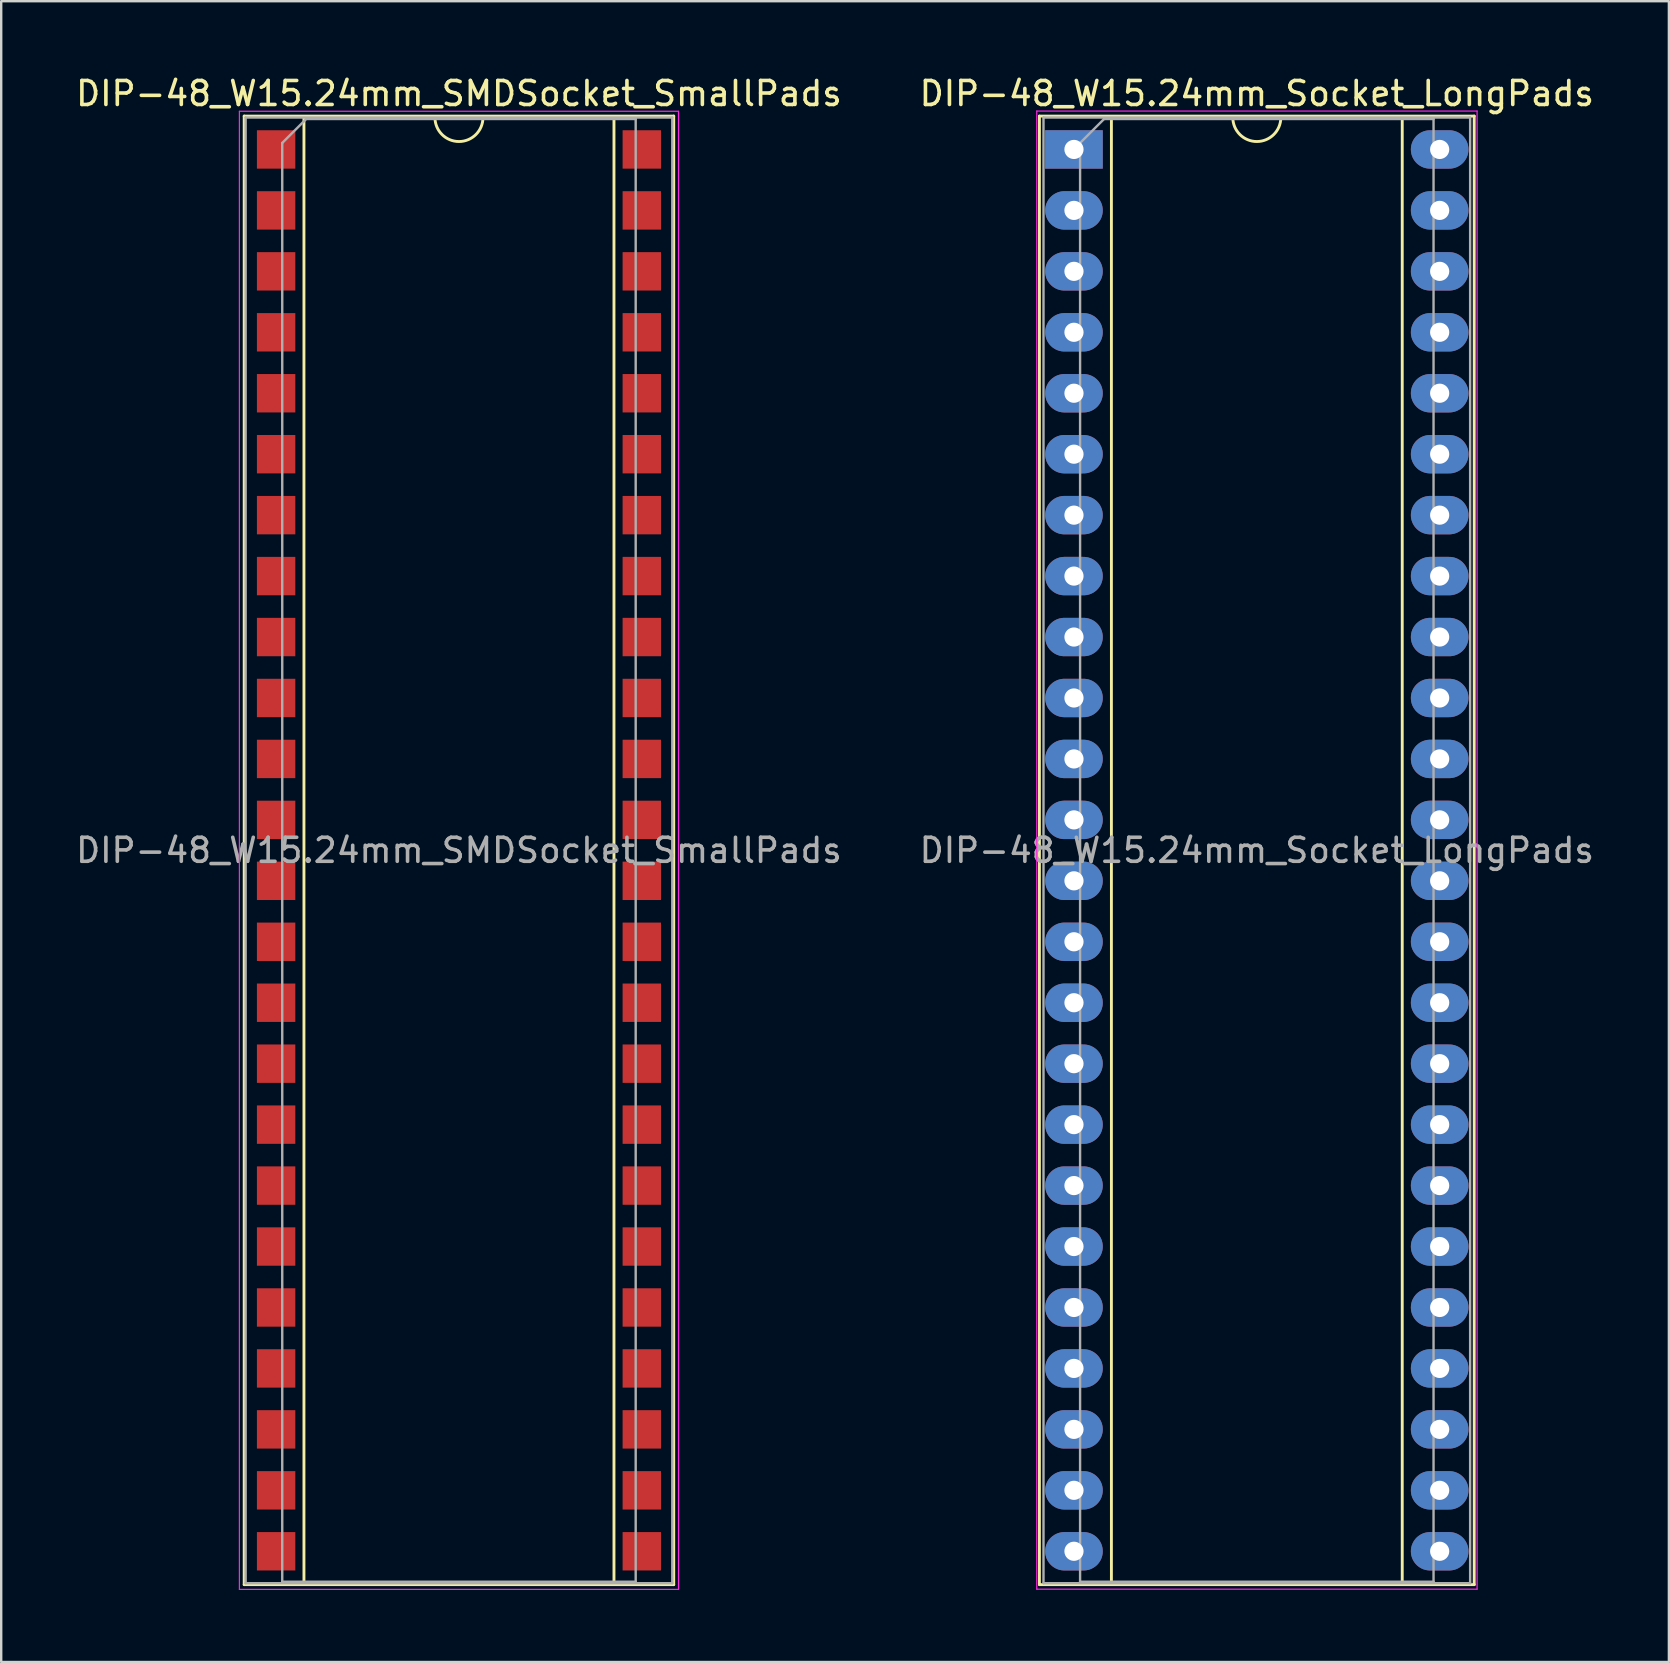
<source format=kicad_pcb>
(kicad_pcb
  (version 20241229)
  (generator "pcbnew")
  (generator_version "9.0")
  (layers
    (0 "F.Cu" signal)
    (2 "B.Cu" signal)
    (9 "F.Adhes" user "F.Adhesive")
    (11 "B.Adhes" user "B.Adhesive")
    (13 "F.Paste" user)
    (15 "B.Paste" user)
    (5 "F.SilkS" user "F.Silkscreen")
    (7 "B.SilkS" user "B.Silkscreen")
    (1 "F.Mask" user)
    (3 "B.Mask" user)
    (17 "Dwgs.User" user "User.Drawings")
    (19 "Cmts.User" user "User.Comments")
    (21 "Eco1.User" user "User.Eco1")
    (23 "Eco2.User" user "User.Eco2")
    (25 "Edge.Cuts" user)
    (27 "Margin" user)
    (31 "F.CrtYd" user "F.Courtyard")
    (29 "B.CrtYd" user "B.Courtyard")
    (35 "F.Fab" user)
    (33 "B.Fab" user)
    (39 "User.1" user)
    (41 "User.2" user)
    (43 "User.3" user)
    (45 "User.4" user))
  (footprint "DIP-48_W15.24mm_SMDSocket_SmallPads"
    (layer "F.Cu")
    (at 16.077 32.388)
    (property "Reference" "DIP-48_W15.24mm_SMDSocket_SmallPads" (at 0 -31.54 0) (layer "F.SilkS") (effects (font (size 1 1) (thickness 0.15))))
    (attr smd)
    (fp_line (start -8.95 -30.6) (end -8.95 30.6) (stroke (width 0.12) (type solid)) (layer "F.SilkS"))
    (fp_line (start -8.95 30.6) (end 8.95 30.6) (stroke (width 0.12) (type solid)) (layer "F.SilkS"))
    (fp_line (start -6.46 -30.54) (end -6.46 30.54) (stroke (width 0.12) (type solid)) (layer "F.SilkS"))
    (fp_line (start -6.46 30.54) (end 6.46 30.54) (stroke (width 0.12) (type solid)) (layer "F.SilkS"))
    (fp_line (start -1 -30.54) (end -6.46 -30.54) (stroke (width 0.12) (type solid)) (layer "F.SilkS"))
    (fp_line (start 6.46 -30.54) (end 1 -30.54) (stroke (width 0.12) (type solid)) (layer "F.SilkS"))
    (fp_line (start 6.46 30.54) (end 6.46 -30.54) (stroke (width 0.12) (type solid)) (layer "F.SilkS"))
    (fp_line (start 8.95 -30.6) (end -8.95 -30.6) (stroke (width 0.12) (type solid)) (layer "F.SilkS"))
    (fp_line (start 8.95 30.6) (end 8.95 -30.6) (stroke (width 0.12) (type solid)) (layer "F.SilkS"))
    (fp_arc (start 1 -30.54) (mid 0 -29.54) (end -1 -30.54) (stroke (width 0.12) (type solid)) (layer "F.SilkS"))
    (fp_line (start -9.15 -30.8) (end -9.15 30.8) (stroke (width 0.05) (type solid)) (layer "F.CrtYd"))
    (fp_line (start -9.15 30.8) (end 9.15 30.8) (stroke (width 0.05) (type solid)) (layer "F.CrtYd"))
    (fp_line (start 9.15 -30.8) (end -9.15 -30.8) (stroke (width 0.05) (type solid)) (layer "F.CrtYd"))
    (fp_line (start 9.15 30.8) (end 9.15 -30.8) (stroke (width 0.05) (type solid)) (layer "F.CrtYd"))
    (fp_line (start -8.89 -30.54) (end -8.89 30.54) (stroke (width 0.1) (type solid)) (layer "F.Fab"))
    (fp_line (start -8.89 30.54) (end 8.89 30.54) (stroke (width 0.1) (type solid)) (layer "F.Fab"))
    (fp_line (start -7.365 -29.48) (end -6.365 -30.48) (stroke (width 0.1) (type solid)) (layer "F.Fab"))
    (fp_line (start -7.365 30.48) (end -7.365 -29.48) (stroke (width 0.1) (type solid)) (layer "F.Fab"))
    (fp_line (start -6.365 -30.48) (end 7.365 -30.48) (stroke (width 0.1) (type solid)) (layer "F.Fab"))
    (fp_line (start 7.365 -30.48) (end 7.365 30.48) (stroke (width 0.1) (type solid)) (layer "F.Fab"))
    (fp_line (start 7.365 30.48) (end -7.365 30.48) (stroke (width 0.1) (type solid)) (layer "F.Fab"))
    (fp_line (start 8.89 -30.54) (end -8.89 -30.54) (stroke (width 0.1) (type solid)) (layer "F.Fab"))
    (fp_line (start 8.89 30.54) (end 8.89 -30.54) (stroke (width 0.1) (type solid)) (layer "F.Fab"))
    (fp_text user "${REFERENCE}" (at 0 0 0) (layer "F.Fab") (effects (font (size 1 1) (thickness 0.15))))
    (pad "1" smd rect (at -7.62 -29.21) (size 1.6 1.6) (layers "F.Cu" "F.Mask" "F.Paste"))
    (pad "2" smd rect (at -7.62 -26.67) (size 1.6 1.6) (layers "F.Cu" "F.Mask" "F.Paste"))
    (pad "3" smd rect (at -7.62 -24.13) (size 1.6 1.6) (layers "F.Cu" "F.Mask" "F.Paste"))
    (pad "4" smd rect (at -7.62 -21.59) (size 1.6 1.6) (layers "F.Cu" "F.Mask" "F.Paste"))
    (pad "5" smd rect (at -7.62 -19.05) (size 1.6 1.6) (layers "F.Cu" "F.Mask" "F.Paste"))
    (pad "6" smd rect (at -7.62 -16.51) (size 1.6 1.6) (layers "F.Cu" "F.Mask" "F.Paste"))
    (pad "7" smd rect (at -7.62 -13.97) (size 1.6 1.6) (layers "F.Cu" "F.Mask" "F.Paste"))
    (pad "8" smd rect (at -7.62 -11.43) (size 1.6 1.6) (layers "F.Cu" "F.Mask" "F.Paste"))
    (pad "9" smd rect (at -7.62 -8.89) (size 1.6 1.6) (layers "F.Cu" "F.Mask" "F.Paste"))
    (pad "10" smd rect (at -7.62 -6.35) (size 1.6 1.6) (layers "F.Cu" "F.Mask" "F.Paste"))
    (pad "11" smd rect (at -7.62 -3.81) (size 1.6 1.6) (layers "F.Cu" "F.Mask" "F.Paste"))
    (pad "12" smd rect (at -7.62 -1.27) (size 1.6 1.6) (layers "F.Cu" "F.Mask" "F.Paste"))
    (pad "13" smd rect (at -7.62 1.27) (size 1.6 1.6) (layers "F.Cu" "F.Mask" "F.Paste"))
    (pad "14" smd rect (at -7.62 3.81) (size 1.6 1.6) (layers "F.Cu" "F.Mask" "F.Paste"))
    (pad "15" smd rect (at -7.62 6.35) (size 1.6 1.6) (layers "F.Cu" "F.Mask" "F.Paste"))
    (pad "16" smd rect (at -7.62 8.89) (size 1.6 1.6) (layers "F.Cu" "F.Mask" "F.Paste"))
    (pad "17" smd rect (at -7.62 11.43) (size 1.6 1.6) (layers "F.Cu" "F.Mask" "F.Paste"))
    (pad "18" smd rect (at -7.62 13.97) (size 1.6 1.6) (layers "F.Cu" "F.Mask" "F.Paste"))
    (pad "19" smd rect (at -7.62 16.51) (size 1.6 1.6) (layers "F.Cu" "F.Mask" "F.Paste"))
    (pad "20" smd rect (at -7.62 19.05) (size 1.6 1.6) (layers "F.Cu" "F.Mask" "F.Paste"))
    (pad "21" smd rect (at -7.62 21.59) (size 1.6 1.6) (layers "F.Cu" "F.Mask" "F.Paste"))
    (pad "22" smd rect (at -7.62 24.13) (size 1.6 1.6) (layers "F.Cu" "F.Mask" "F.Paste"))
    (pad "23" smd rect (at -7.62 26.67) (size 1.6 1.6) (layers "F.Cu" "F.Mask" "F.Paste"))
    (pad "24" smd rect (at -7.62 29.21) (size 1.6 1.6) (layers "F.Cu" "F.Mask" "F.Paste"))
    (pad "25" smd rect (at 7.62 29.21) (size 1.6 1.6) (layers "F.Cu" "F.Mask" "F.Paste"))
    (pad "26" smd rect (at 7.62 26.67) (size 1.6 1.6) (layers "F.Cu" "F.Mask" "F.Paste"))
    (pad "27" smd rect (at 7.62 24.13) (size 1.6 1.6) (layers "F.Cu" "F.Mask" "F.Paste"))
    (pad "28" smd rect (at 7.62 21.59) (size 1.6 1.6) (layers "F.Cu" "F.Mask" "F.Paste"))
    (pad "29" smd rect (at 7.62 19.05) (size 1.6 1.6) (layers "F.Cu" "F.Mask" "F.Paste"))
    (pad "30" smd rect (at 7.62 16.51) (size 1.6 1.6) (layers "F.Cu" "F.Mask" "F.Paste"))
    (pad "31" smd rect (at 7.62 13.97) (size 1.6 1.6) (layers "F.Cu" "F.Mask" "F.Paste"))
    (pad "32" smd rect (at 7.62 11.43) (size 1.6 1.6) (layers "F.Cu" "F.Mask" "F.Paste"))
    (pad "33" smd rect (at 7.62 8.89) (size 1.6 1.6) (layers "F.Cu" "F.Mask" "F.Paste"))
    (pad "34" smd rect (at 7.62 6.35) (size 1.6 1.6) (layers "F.Cu" "F.Mask" "F.Paste"))
    (pad "35" smd rect (at 7.62 3.81) (size 1.6 1.6) (layers "F.Cu" "F.Mask" "F.Paste"))
    (pad "36" smd rect (at 7.62 1.27) (size 1.6 1.6) (layers "F.Cu" "F.Mask" "F.Paste"))
    (pad "37" smd rect (at 7.62 -1.27) (size 1.6 1.6) (layers "F.Cu" "F.Mask" "F.Paste"))
    (pad "38" smd rect (at 7.62 -3.81) (size 1.6 1.6) (layers "F.Cu" "F.Mask" "F.Paste"))
    (pad "39" smd rect (at 7.62 -6.35) (size 1.6 1.6) (layers "F.Cu" "F.Mask" "F.Paste"))
    (pad "40" smd rect (at 7.62 -8.89) (size 1.6 1.6) (layers "F.Cu" "F.Mask" "F.Paste"))
    (pad "41" smd rect (at 7.62 -11.43) (size 1.6 1.6) (layers "F.Cu" "F.Mask" "F.Paste"))
    (pad "42" smd rect (at 7.62 -13.97) (size 1.6 1.6) (layers "F.Cu" "F.Mask" "F.Paste"))
    (pad "43" smd rect (at 7.62 -16.51) (size 1.6 1.6) (layers "F.Cu" "F.Mask" "F.Paste"))
    (pad "44" smd rect (at 7.62 -19.05) (size 1.6 1.6) (layers "F.Cu" "F.Mask" "F.Paste"))
    (pad "45" smd rect (at 7.62 -21.59) (size 1.6 1.6) (layers "F.Cu" "F.Mask" "F.Paste"))
    (pad "46" smd rect (at 7.62 -24.13) (size 1.6 1.6) (layers "F.Cu" "F.Mask" "F.Paste"))
    (pad "47" smd rect (at 7.62 -26.67) (size 1.6 1.6) (layers "F.Cu" "F.Mask" "F.Paste"))
    (pad "48" smd rect (at 7.62 -29.21) (size 1.6 1.6) (layers "F.Cu" "F.Mask" "F.Paste")))
  (footprint "DIP-48_W15.24mm_Socket_LongPads"
    (layer "F.Cu")
    (at 41.707 3.178)
    (property "Reference" "DIP-48_W15.24mm_Socket_LongPads" (at 7.62 -2.33 0) (layer "F.SilkS") (effects (font (size 1 1) (thickness 0.15))))
    (attr through_hole)
    (fp_line (start -1.44 -1.39) (end -1.44 59.81) (stroke (width 0.12) (type solid)) (layer "F.SilkS"))
    (fp_line (start -1.44 59.81) (end 16.68 59.81) (stroke (width 0.12) (type solid)) (layer "F.SilkS"))
    (fp_line (start 1.56 -1.33) (end 1.56 59.75) (stroke (width 0.12) (type solid)) (layer "F.SilkS"))
    (fp_line (start 1.56 59.75) (end 13.68 59.75) (stroke (width 0.12) (type solid)) (layer "F.SilkS"))
    (fp_line (start 6.62 -1.33) (end 1.56 -1.33) (stroke (width 0.12) (type solid)) (layer "F.SilkS"))
    (fp_line (start 13.68 -1.33) (end 8.62 -1.33) (stroke (width 0.12) (type solid)) (layer "F.SilkS"))
    (fp_line (start 13.68 59.75) (end 13.68 -1.33) (stroke (width 0.12) (type solid)) (layer "F.SilkS"))
    (fp_line (start 16.68 -1.39) (end -1.44 -1.39) (stroke (width 0.12) (type solid)) (layer "F.SilkS"))
    (fp_line (start 16.68 59.81) (end 16.68 -1.39) (stroke (width 0.12) (type solid)) (layer "F.SilkS"))
    (fp_arc (start 8.62 -1.33) (mid 7.62 -0.33) (end 6.62 -1.33) (stroke (width 0.12) (type solid)) (layer "F.SilkS"))
    (fp_line (start -1.55 -1.6) (end -1.55 60) (stroke (width 0.05) (type solid)) (layer "F.CrtYd"))
    (fp_line (start -1.55 60) (end 16.8 60) (stroke (width 0.05) (type solid)) (layer "F.CrtYd"))
    (fp_line (start 16.8 -1.6) (end -1.55 -1.6) (stroke (width 0.05) (type solid)) (layer "F.CrtYd"))
    (fp_line (start 16.8 60) (end 16.8 -1.6) (stroke (width 0.05) (type solid)) (layer "F.CrtYd"))
    (fp_line (start -1.27 -1.33) (end -1.27 59.75) (stroke (width 0.1) (type solid)) (layer "F.Fab"))
    (fp_line (start -1.27 59.75) (end 16.51 59.75) (stroke (width 0.1) (type solid)) (layer "F.Fab"))
    (fp_line (start 0.255 -0.27) (end 1.255 -1.27) (stroke (width 0.1) (type solid)) (layer "F.Fab"))
    (fp_line (start 0.255 59.69) (end 0.255 -0.27) (stroke (width 0.1) (type solid)) (layer "F.Fab"))
    (fp_line (start 1.255 -1.27) (end 14.985 -1.27) (stroke (width 0.1) (type solid)) (layer "F.Fab"))
    (fp_line (start 14.985 -1.27) (end 14.985 59.69) (stroke (width 0.1) (type solid)) (layer "F.Fab"))
    (fp_line (start 14.985 59.69) (end 0.255 59.69) (stroke (width 0.1) (type solid)) (layer "F.Fab"))
    (fp_line (start 16.51 -1.33) (end -1.27 -1.33) (stroke (width 0.1) (type solid)) (layer "F.Fab"))
    (fp_line (start 16.51 59.75) (end 16.51 -1.33) (stroke (width 0.1) (type solid)) (layer "F.Fab"))
    (fp_text user "${REFERENCE}" (at 7.62 29.21 0) (layer "F.Fab") (effects (font (size 1 1) (thickness 0.15))))
    (pad "1" thru_hole rect (at 0 0) (size 2.4 1.6) (drill 0.8) (layers "*.Cu" "*.Mask"))
    (pad "2" thru_hole oval (at 0 2.54) (size 2.4 1.6) (drill 0.8) (layers "*.Cu" "*.Mask"))
    (pad "3" thru_hole oval (at 0 5.08) (size 2.4 1.6) (drill 0.8) (layers "*.Cu" "*.Mask"))
    (pad "4" thru_hole oval (at 0 7.62) (size 2.4 1.6) (drill 0.8) (layers "*.Cu" "*.Mask"))
    (pad "5" thru_hole oval (at 0 10.16) (size 2.4 1.6) (drill 0.8) (layers "*.Cu" "*.Mask"))
    (pad "6" thru_hole oval (at 0 12.7) (size 2.4 1.6) (drill 0.8) (layers "*.Cu" "*.Mask"))
    (pad "7" thru_hole oval (at 0 15.24) (size 2.4 1.6) (drill 0.8) (layers "*.Cu" "*.Mask"))
    (pad "8" thru_hole oval (at 0 17.78) (size 2.4 1.6) (drill 0.8) (layers "*.Cu" "*.Mask"))
    (pad "9" thru_hole oval (at 0 20.32) (size 2.4 1.6) (drill 0.8) (layers "*.Cu" "*.Mask"))
    (pad "10" thru_hole oval (at 0 22.86) (size 2.4 1.6) (drill 0.8) (layers "*.Cu" "*.Mask"))
    (pad "11" thru_hole oval (at 0 25.4) (size 2.4 1.6) (drill 0.8) (layers "*.Cu" "*.Mask"))
    (pad "12" thru_hole oval (at 0 27.94) (size 2.4 1.6) (drill 0.8) (layers "*.Cu" "*.Mask"))
    (pad "13" thru_hole oval (at 0 30.48) (size 2.4 1.6) (drill 0.8) (layers "*.Cu" "*.Mask"))
    (pad "14" thru_hole oval (at 0 33.02) (size 2.4 1.6) (drill 0.8) (layers "*.Cu" "*.Mask"))
    (pad "15" thru_hole oval (at 0 35.56) (size 2.4 1.6) (drill 0.8) (layers "*.Cu" "*.Mask"))
    (pad "16" thru_hole oval (at 0 38.1) (size 2.4 1.6) (drill 0.8) (layers "*.Cu" "*.Mask"))
    (pad "17" thru_hole oval (at 0 40.64) (size 2.4 1.6) (drill 0.8) (layers "*.Cu" "*.Mask"))
    (pad "18" thru_hole oval (at 0 43.18) (size 2.4 1.6) (drill 0.8) (layers "*.Cu" "*.Mask"))
    (pad "19" thru_hole oval (at 0 45.72) (size 2.4 1.6) (drill 0.8) (layers "*.Cu" "*.Mask"))
    (pad "20" thru_hole oval (at 0 48.26) (size 2.4 1.6) (drill 0.8) (layers "*.Cu" "*.Mask"))
    (pad "21" thru_hole oval (at 0 50.8) (size 2.4 1.6) (drill 0.8) (layers "*.Cu" "*.Mask"))
    (pad "22" thru_hole oval (at 0 53.34) (size 2.4 1.6) (drill 0.8) (layers "*.Cu" "*.Mask"))
    (pad "23" thru_hole oval (at 0 55.88) (size 2.4 1.6) (drill 0.8) (layers "*.Cu" "*.Mask"))
    (pad "24" thru_hole oval (at 0 58.42) (size 2.4 1.6) (drill 0.8) (layers "*.Cu" "*.Mask"))
    (pad "25" thru_hole oval (at 15.24 58.42) (size 2.4 1.6) (drill 0.8) (layers "*.Cu" "*.Mask"))
    (pad "26" thru_hole oval (at 15.24 55.88) (size 2.4 1.6) (drill 0.8) (layers "*.Cu" "*.Mask"))
    (pad "27" thru_hole oval (at 15.24 53.34) (size 2.4 1.6) (drill 0.8) (layers "*.Cu" "*.Mask"))
    (pad "28" thru_hole oval (at 15.24 50.8) (size 2.4 1.6) (drill 0.8) (layers "*.Cu" "*.Mask"))
    (pad "29" thru_hole oval (at 15.24 48.26) (size 2.4 1.6) (drill 0.8) (layers "*.Cu" "*.Mask"))
    (pad "30" thru_hole oval (at 15.24 45.72) (size 2.4 1.6) (drill 0.8) (layers "*.Cu" "*.Mask"))
    (pad "31" thru_hole oval (at 15.24 43.18) (size 2.4 1.6) (drill 0.8) (layers "*.Cu" "*.Mask"))
    (pad "32" thru_hole oval (at 15.24 40.64) (size 2.4 1.6) (drill 0.8) (layers "*.Cu" "*.Mask"))
    (pad "33" thru_hole oval (at 15.24 38.1) (size 2.4 1.6) (drill 0.8) (layers "*.Cu" "*.Mask"))
    (pad "34" thru_hole oval (at 15.24 35.56) (size 2.4 1.6) (drill 0.8) (layers "*.Cu" "*.Mask"))
    (pad "35" thru_hole oval (at 15.24 33.02) (size 2.4 1.6) (drill 0.8) (layers "*.Cu" "*.Mask"))
    (pad "36" thru_hole oval (at 15.24 30.48) (size 2.4 1.6) (drill 0.8) (layers "*.Cu" "*.Mask"))
    (pad "37" thru_hole oval (at 15.24 27.94) (size 2.4 1.6) (drill 0.8) (layers "*.Cu" "*.Mask"))
    (pad "38" thru_hole oval (at 15.24 25.4) (size 2.4 1.6) (drill 0.8) (layers "*.Cu" "*.Mask"))
    (pad "39" thru_hole oval (at 15.24 22.86) (size 2.4 1.6) (drill 0.8) (layers "*.Cu" "*.Mask"))
    (pad "40" thru_hole oval (at 15.24 20.32) (size 2.4 1.6) (drill 0.8) (layers "*.Cu" "*.Mask"))
    (pad "41" thru_hole oval (at 15.24 17.78) (size 2.4 1.6) (drill 0.8) (layers "*.Cu" "*.Mask"))
    (pad "42" thru_hole oval (at 15.24 15.24) (size 2.4 1.6) (drill 0.8) (layers "*.Cu" "*.Mask"))
    (pad "43" thru_hole oval (at 15.24 12.7) (size 2.4 1.6) (drill 0.8) (layers "*.Cu" "*.Mask"))
    (pad "44" thru_hole oval (at 15.24 10.16) (size 2.4 1.6) (drill 0.8) (layers "*.Cu" "*.Mask"))
    (pad "45" thru_hole oval (at 15.24 7.62) (size 2.4 1.6) (drill 0.8) (layers "*.Cu" "*.Mask"))
    (pad "46" thru_hole oval (at 15.24 5.08) (size 2.4 1.6) (drill 0.8) (layers "*.Cu" "*.Mask"))
    (pad "47" thru_hole oval (at 15.24 2.54) (size 2.4 1.6) (drill 0.8) (layers "*.Cu" "*.Mask"))
    (pad "48" thru_hole oval (at 15.24 0) (size 2.4 1.6) (drill 0.8) (layers "*.Cu" "*.Mask")))
  (gr_rect
    (start -3 -3)
    (end 66.5 66.213)
    (stroke (width 0.1) (type default))
    (fill no)
    (layer "Edge.Cuts")))
</source>
